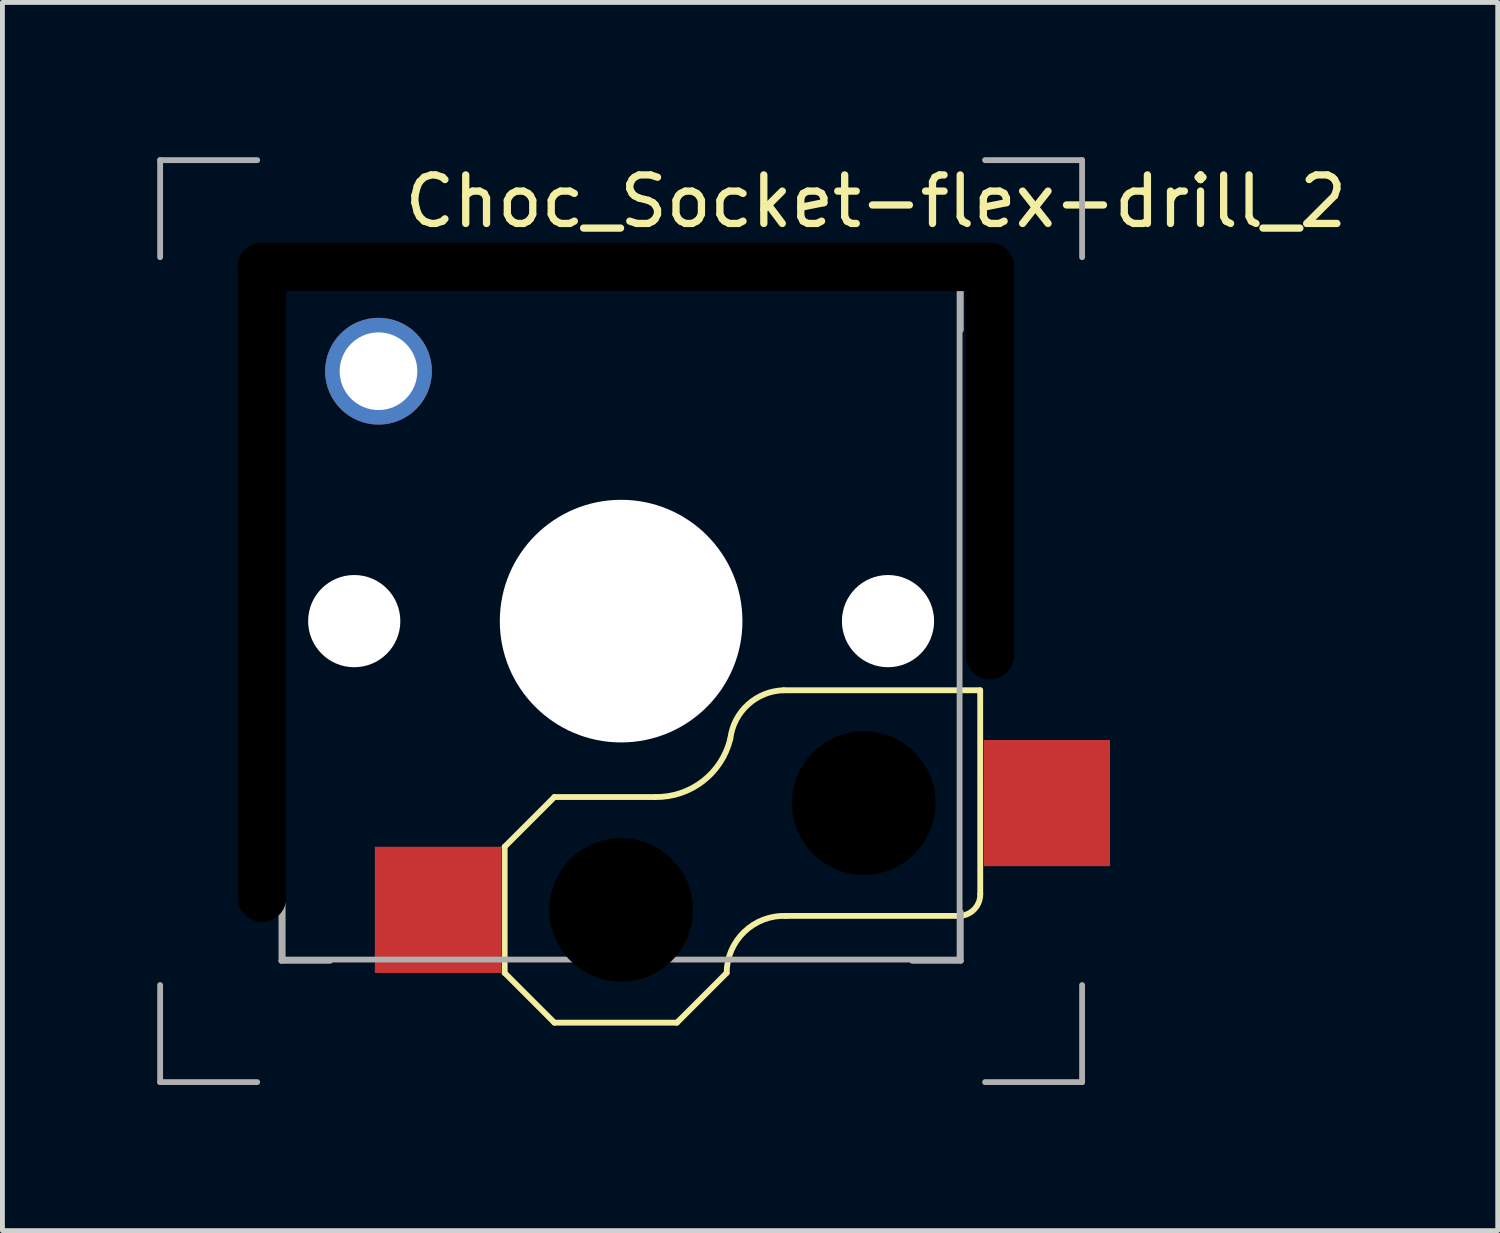
<source format=kicad_pcb>
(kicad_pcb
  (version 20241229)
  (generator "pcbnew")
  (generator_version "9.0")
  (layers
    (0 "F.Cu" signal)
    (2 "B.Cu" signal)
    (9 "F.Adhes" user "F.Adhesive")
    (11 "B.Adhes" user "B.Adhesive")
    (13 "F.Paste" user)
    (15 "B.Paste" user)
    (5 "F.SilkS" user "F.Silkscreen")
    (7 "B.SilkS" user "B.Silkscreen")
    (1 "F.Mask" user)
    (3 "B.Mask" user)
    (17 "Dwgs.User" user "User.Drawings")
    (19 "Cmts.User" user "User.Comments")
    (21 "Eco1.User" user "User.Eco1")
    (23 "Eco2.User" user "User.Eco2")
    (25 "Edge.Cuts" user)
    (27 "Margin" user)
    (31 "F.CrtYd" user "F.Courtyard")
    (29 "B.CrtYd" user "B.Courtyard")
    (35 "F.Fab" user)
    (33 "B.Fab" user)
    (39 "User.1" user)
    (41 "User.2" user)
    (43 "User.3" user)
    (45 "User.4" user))
  (footprint "Choc_Socket-flex-drill_2"
    (layer "F.Cu")
    (at 0.25 0.25)
    (property "Reference" "Choc_Socket-flex-drill_2" (at 14.75 0.85 0) (layer "F.SilkS") (effects (font (size 1 1) (thickness 0.15))))
    (attr through_hole)
    (fp_line (start 7.1 14.15) (end 7.1 16.75) (stroke (width 0.12) (type solid)) (layer "F.SilkS"))
    (fp_line (start 7.1 16.75) (end 8.125 17.775) (stroke (width 0.12) (type solid)) (layer "F.SilkS"))
    (fp_line (start 8.125 13.125) (end 7.1 14.15) (stroke (width 0.12) (type solid)) (layer "F.SilkS"))
    (fp_line (start 8.125 13.125) (end 10.2 13.125) (stroke (width 0.12) (type solid)) (layer "F.SilkS"))
    (fp_line (start 8.125 17.775) (end 10.65 17.775) (stroke (width 0.12) (type solid)) (layer "F.SilkS"))
    (fp_line (start 11.675 16.75) (end 10.65 17.775) (stroke (width 0.12) (type solid)) (layer "F.SilkS"))
    (fp_line (start 12.9 15.575) (end 16.45 15.575) (stroke (width 0.12) (type solid)) (layer "F.SilkS"))
    (fp_line (start 16.9 10.925) (end 12.85 10.925) (stroke (width 0.12) (type solid)) (layer "F.SilkS"))
    (fp_line (start 16.9 10.925) (end 16.901 15.125) (stroke (width 0.12) (type solid)) (layer "F.SilkS"))
    (fp_arc (start 11.675 16.75) (mid 12.038243 15.902636) (end 12.9 15.575) (stroke (width 0.12) (type solid)) (layer "F.SilkS"))
    (fp_arc (start 11.75 11.925) (mid 11.185967 12.797499) (end 10.2 13.125) (stroke (width 0.12) (type solid)) (layer "F.SilkS"))
    (fp_arc (start 11.75 11.925) (mid 12.11384 11.220224) (end 12.85 10.925) (stroke (width 0.12) (type solid)) (layer "F.SilkS"))
    (fp_arc (start 16.901028 15.125) (mid 16.770841 15.445544) (end 16.45 15.575) (stroke (width 0.12) (type solid)) (layer "F.SilkS"))
    (fp_line (start 0 0) (end 0 2) (stroke (width 0.12) (type solid)) (layer "F.Fab"))
    (fp_line (start 0 0) (end 2 0) (stroke (width 0.12) (type solid)) (layer "F.Fab"))
    (fp_line (start 0 19) (end 0 17) (stroke (width 0.12) (type solid)) (layer "F.Fab"))
    (fp_line (start 2 19) (end 0 19) (stroke (width 0.12) (type solid)) (layer "F.Fab"))
    (fp_line (start 2.5 2.5) (end 3.5 2.5) (stroke (width 0.12) (type solid)) (layer "F.Fab"))
    (fp_line (start 2.5 3.5) (end 2.5 2.5) (stroke (width 0.12) (type solid)) (layer "F.Fab"))
    (fp_line (start 2.5 15.5) (end 2.5 16.5) (stroke (width 0.12) (type solid)) (layer "F.Fab"))
    (fp_line (start 2.5 16.5) (end 3.5 16.5) (stroke (width 0.12) (type solid)) (layer "F.Fab"))
    (fp_line (start 2.525 2.525) (end 2.525 16.475) (stroke (width 0.12) (type solid)) (layer "F.Fab"))
    (fp_line (start 2.525 16.475) (end 16.475 16.475) (stroke (width 0.12) (type solid)) (layer "F.Fab"))
    (fp_line (start 15.5 2.5) (end 16.5 2.5) (stroke (width 0.12) (type solid)) (layer "F.Fab"))
    (fp_line (start 16.475 2.525) (end 2.525 2.525) (stroke (width 0.12) (type solid)) (layer "F.Fab"))
    (fp_line (start 16.475 16.475) (end 16.475 2.525) (stroke (width 0.12) (type solid)) (layer "F.Fab"))
    (fp_line (start 16.5 2.5) (end 16.5 3.5) (stroke (width 0.12) (type solid)) (layer "F.Fab"))
    (fp_line (start 16.5 16.5) (end 15.5 16.5) (stroke (width 0.12) (type solid)) (layer "F.Fab"))
    (fp_line (start 16.5 16.5) (end 16.5 15.5) (stroke (width 0.12) (type solid)) (layer "F.Fab"))
    (fp_line (start 17 0) (end 19 0) (stroke (width 0.12) (type solid)) (layer "F.Fab"))
    (fp_line (start 19 0) (end 19 2) (stroke (width 0.12) (type solid)) (layer "F.Fab"))
    (fp_line (start 19 17) (end 19 19) (stroke (width 0.12) (type solid)) (layer "F.Fab"))
    (fp_line (start 19 19) (end 17 19) (stroke (width 0.12) (type solid)) (layer "F.Fab"))
    (fp_line (start 4 10.55) (end 7.05 10.55) (stroke (width 0.1) (type default)) (layer "User.2"))
    (fp_line (start 4.35 14.05) (end 4.35 16.85) (stroke (width 0.1) (type default)) (layer "User.2"))
    (fp_line (start 7 14.05) (end 4.35 14.05) (stroke (width 0.1) (type default)) (layer "User.2"))
    (fp_line (start 7 14.05) (end 8.05 13) (stroke (width 0.1) (type default)) (layer "User.2"))
    (fp_line (start 7 16.85) (end 4.35 16.85) (stroke (width 0.1) (type default)) (layer "User.2"))
    (fp_line (start 7.1 8.451) (end 4 8.45) (stroke (width 0.1) (type default)) (layer "User.2"))
    (fp_line (start 8.05 13) (end 8.25 13) (stroke (width 0.1) (type default)) (layer "User.2"))
    (fp_line (start 8.05 17.9) (end 7 16.85) (stroke (width 0.1) (type default)) (layer "User.2"))
    (fp_line (start 8.05 17.9) (end 10.7 17.9) (stroke (width 0.1) (type default)) (layer "User.2"))
    (fp_line (start 8.25 13) (end 8.25 11.853) (stroke (width 0.1) (type default)) (layer "User.2"))
    (fp_line (start 10.7 17.9) (end 11.8 16.8) (stroke (width 0.1) (type default)) (layer "User.2"))
    (fp_line (start 12.9 15.7) (end 17.05 15.7) (stroke (width 0.1) (type default)) (layer "User.2"))
    (fp_line (start 15 8.45) (end 11.9 8.45) (stroke (width 0.1) (type default)) (layer "User.2"))
    (fp_line (start 16.05 10.8) (end 16.05 9.5) (stroke (width 0.1) (type default)) (layer "User.2"))
    (fp_line (start 17.05 10.8) (end 16.05 10.8) (stroke (width 0.1) (type default)) (layer "User.2"))
    (fp_line (start 17.05 11.85) (end 17.05 10.8) (stroke (width 0.1) (type default)) (layer "User.2"))
    (fp_line (start 17.05 11.85) (end 19.65 11.85) (stroke (width 0.1) (type default)) (layer "User.2"))
    (fp_line (start 17.05 14.65) (end 17.05 15.7) (stroke (width 0.1) (type default)) (layer "User.2"))
    (fp_line (start 17.05 14.65) (end 19.65 14.65) (stroke (width 0.1) (type default)) (layer "User.2"))
    (fp_line (start 19.65 14.65) (end 19.65 11.85) (stroke (width 0.1) (type default)) (layer "User.2"))
    (fp_arc (start 4 10.55) (mid 2.95 9.5) (end 4 8.45) (stroke (width 0.1) (type default)) (layer "User.2"))
    (fp_arc (start 7.100001 8.450001) (mid 9.5 6.880364) (end 11.899999 8.450001) (stroke (width 0.1) (type default)) (layer "User.2"))
    (fp_arc (start 8.25 11.853313) (mid 7.538888 11.304057) (end 7.050762 10.549674) (stroke (width 0.1) (type default)) (layer "User.2"))
    (fp_arc (start 11.8 16.8) (mid 12.122183 16.022183) (end 12.9 15.7) (stroke (width 0.1) (type default)) (layer "User.2"))
    (fp_arc (start 15 8.45) (mid 15.742462 8.757538) (end 16.05 9.5) (stroke (width 0.1) (type default)) (layer "User.2"))
    (fp_circle (center 4.5 4.35) (end 5.35 4.35) (stroke (width 0.1) (type default)) (fill no) (layer "User.2"))
    (fp_circle (center 4 9.5) (end 5 9.5) (stroke (width 0.1) (type default)) (fill no) (layer "User.3"))
    (fp_circle (center 4.5 4.35) (end 5.35 4.35) (stroke (width 0.1) (type default)) (fill no) (layer "User.3"))
    (fp_circle (center 9.5 9.5) (end 12.05 9.45) (stroke (width 0.1) (type default)) (fill no) (layer "User.3"))
    (fp_circle (center 9.5 15.45) (end 11.05 15.45) (stroke (width 0.1) (type default)) (fill no) (layer "User.3"))
    (fp_circle (center 14.5 13.25) (end 16.05 13.25) (stroke (width 0.1) (type default)) (fill no) (layer "User.3"))
    (fp_circle (center 15 9.5) (end 14 9.5) (stroke (width 0.1) (type default)) (fill no) (layer "User.3"))
    (pad "" np_thru_hole oval (at 2.1 8.7) (size 1 14) (drill oval 1 14) (layers "*.Mask"))
    (pad "" np_thru_hole circle (at 4 9.5 90) (size 1.9 1.9) (drill 1.9) (layers "*.Cu" "*.Mask"))
    (pad "" thru_hole circle (at 4.5 4.35 90) (size 2.2 2.2) (drill 1.6) (layers "*.Cu" "*.Mask"))
    (pad "" np_thru_hole circle (at 9.5 9.5 90) (size 5 5) (drill 5) (layers "*.Cu" "*.Mask"))
    (pad "" np_thru_hole circle (at 9.5 15.45) (size 2.96 2.96) (drill 2.96) (layers "*.Mask"))
    (pad "" np_thru_hole oval (at 9.6 2.2) (size 16 1) (drill oval 16 1) (layers "*.Mask"))
    (pad "" np_thru_hole circle (at 14.5 13.25) (size 2.96 2.96) (drill 2.96) (layers "*.Mask"))
    (pad "" np_thru_hole circle (at 15 9.5 90) (size 1.9 1.9) (drill 1.9) (layers "*.Cu" "*.Mask"))
    (pad "" np_thru_hole oval (at 17.1 6.2) (size 1 9) (drill oval 1 9) (layers "*.Mask"))
    (pad "1" smd rect (at 18.275 13.25) (size 2.6 2.6) (layers "F.Cu" "F.Mask" "F.Paste"))
    (pad "2" smd rect (at 5.725 15.45) (size 2.6 2.6) (layers "F.Cu" "F.Mask" "F.Paste")))
  (gr_rect
    (start -3 -3)
    (end 27.815 22.31)
    (stroke (width 0.1) (type default))
    (fill no)
    (layer "Edge.Cuts")))
</source>
